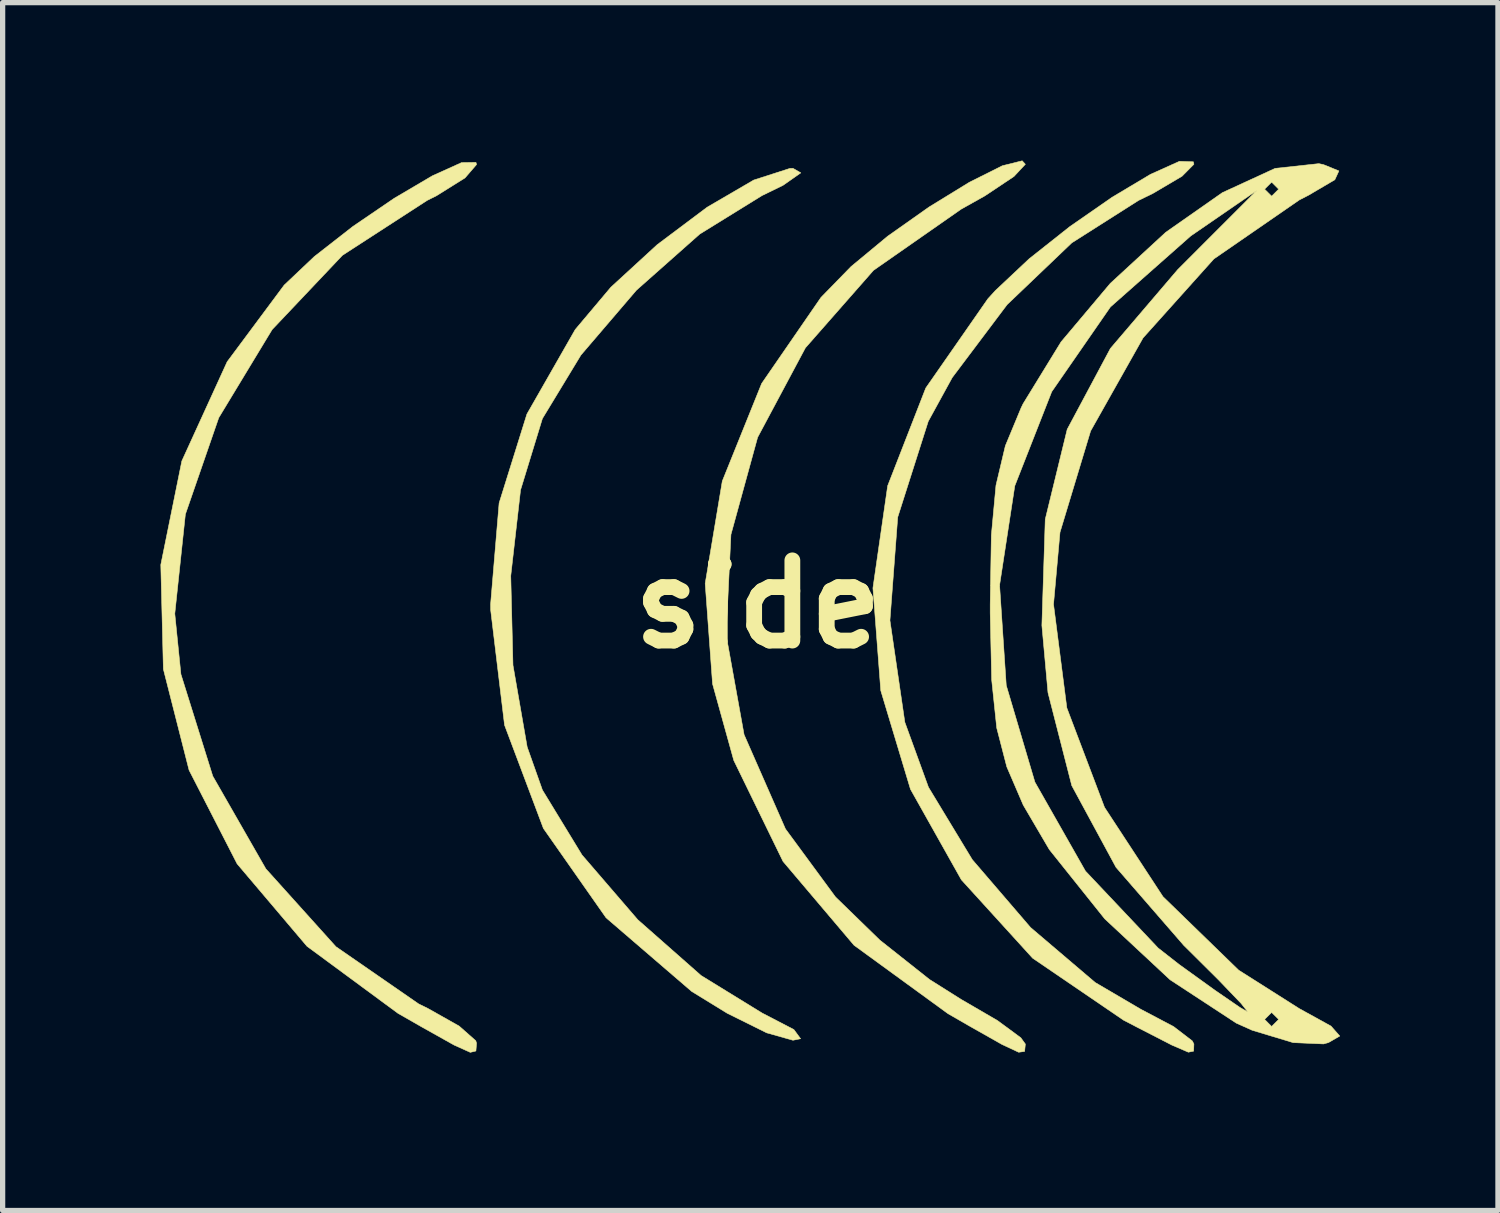
<source format=kicad_pcb>
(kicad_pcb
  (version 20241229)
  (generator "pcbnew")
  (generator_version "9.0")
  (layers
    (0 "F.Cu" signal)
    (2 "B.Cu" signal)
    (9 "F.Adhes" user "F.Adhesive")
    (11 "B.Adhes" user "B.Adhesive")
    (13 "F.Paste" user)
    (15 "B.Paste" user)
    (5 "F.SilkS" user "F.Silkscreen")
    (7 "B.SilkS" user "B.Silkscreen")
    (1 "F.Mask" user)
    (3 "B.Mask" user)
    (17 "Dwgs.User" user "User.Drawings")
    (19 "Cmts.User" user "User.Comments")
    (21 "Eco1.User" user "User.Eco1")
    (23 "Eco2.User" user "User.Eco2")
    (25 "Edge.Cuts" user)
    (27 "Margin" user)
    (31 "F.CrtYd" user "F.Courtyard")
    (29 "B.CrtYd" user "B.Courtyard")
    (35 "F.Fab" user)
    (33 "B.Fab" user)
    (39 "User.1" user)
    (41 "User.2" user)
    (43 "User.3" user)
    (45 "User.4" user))
  (footprint "side"
    (layer "F.Cu")
    (at 11.351 8.431)
    (property "Reference" "side" (at 0 0 0) (layer "F.SilkS") (effects (font (size 1.524 1.524) (thickness 0.3))))
    (attr through_hole)
    (fp_poly (pts (xy 0.814 -8.197) (xy 0.476 -7.96) (xy 0.078 -7.766) (xy -1.106 -7.034) (xy -2.309 -5.968) (xy -3.364 -4.735) (xy -4.096 -3.528) (xy -4.511 -2.172) (xy -4.697 -0.54) (xy -4.655 1.157) (xy -4.385 2.712) (xy -4.096 3.528) (xy -3.344 4.762) (xy -2.284 5.993) (xy -1.08 7.054) (xy 0.078 7.766) (xy 0.682 8.08) (xy 0.81 8.254) (xy 0.665 8.283) (xy 0.165 8.142) (xy -0.585 7.77) (xy -1.259 7.356) (xy -2.886 5.956) (xy -4.077 4.257) (xy -4.815 2.295) (xy -5.079 0.105) (xy -5.08 0) (xy -4.918 -1.924) (xy -4.39 -3.614) (xy -3.472 -5.22) (xy -2.795 -6.024) (xy -1.915 -6.832) (xy -0.966 -7.544) (xy -0.081 -8.06) (xy 0.605 -8.281) (xy 0.665 -8.283) (xy 0.814 -8.197)) (stroke (width 0.01) (type solid)) (fill yes) (layer "F.SilkS"))
    (fp_poly (pts (xy -5.347 -8.355) (xy -5.566 -8.101) (xy -6.108 -7.762) (xy -6.286 -7.673) (xy -7.894 -6.631) (xy -9.231 -5.219) (xy -10.245 -3.544) (xy -10.879 -1.71) (xy -11.08 0.179) (xy -10.964 1.329) (xy -10.359 3.264) (xy -9.35 5.026) (xy -8.019 6.505) (xy -6.446 7.593) (xy -6.271 7.679) (xy -5.677 8.014) (xy -5.362 8.292) (xy -5.347 8.338) (xy -5.359 8.487) (xy -5.466 8.513) (xy -5.774 8.374) (xy -6.388 8.03) (xy -6.839 7.772) (xy -8.569 6.497) (xy -9.896 4.931) (xy -10.809 3.151) (xy -11.297 1.232) (xy -11.346 -0.751) (xy -10.946 -2.723) (xy -10.085 -4.608) (xy -9.002 -6.064) (xy -8.43 -6.606) (xy -7.696 -7.179) (xy -6.911 -7.714) (xy -6.186 -8.141) (xy -5.631 -8.392) (xy -5.358 -8.396) (xy -5.347 -8.355)) (stroke (width 0.01) (type solid)) (fill yes) (layer "F.SilkS"))
    (fp_poly (pts (xy 5.08 -8.36) (xy 4.864 -8.129) (xy 4.311 -7.76) (xy 3.86 -7.507) (xy 2.195 -6.345) (xy 0.901 -4.872) (xy -0.007 -3.171) (xy -0.514 -1.325) (xy -0.605 0.586) (xy -0.264 2.477) (xy 0.522 4.268) (xy 1.473 5.561) (xy 2.316 6.381) (xy 3.26 7.129) (xy 3.86 7.507) (xy 4.551 7.909) (xy 4.993 8.235) (xy 5.08 8.355) (xy 5.066 8.495) (xy 4.953 8.511) (xy 4.635 8.362) (xy 4.006 8.006) (xy 3.609 7.777) (xy 1.825 6.478) (xy 0.476 4.885) (xy -0.46 2.965) (xy -0.863 1.512) (xy -1.003 -0.395) (xy -0.678 -2.34) (xy 0.07 -4.195) (xy 1.197 -5.83) (xy 1.768 -6.416) (xy 2.464 -6.993) (xy 3.252 -7.549) (xy 4.016 -8.018) (xy 4.643 -8.332) (xy 5.02 -8.426) (xy 5.08 -8.36)) (stroke (width 0.01) (type solid)) (fill yes) (layer "F.SilkS"))
    (fp_poly (pts (xy 8.272 -8.407) (xy 8.282 -8.36) (xy 8.057 -8.133) (xy 7.501 -7.805) (xy 7.23 -7.673) (xy 5.962 -6.867) (xy 4.733 -5.693) (xy 3.691 -4.308) (xy 3.235 -3.476) (xy 2.655 -1.656) (xy 2.507 0.306) (xy 2.79 2.241) (xy 3.239 3.476) (xy 4.072 4.852) (xy 5.179 6.141) (xy 6.407 7.186) (xy 7.271 7.693) (xy 7.898 8.024) (xy 8.252 8.296) (xy 8.282 8.355) (xy 8.277 8.49) (xy 8.177 8.51) (xy 7.864 8.375) (xy 7.226 8.047) (xy 6.945 7.901) (xy 5.218 6.723) (xy 3.864 5.234) (xy 2.897 3.513) (xy 2.333 1.639) (xy 2.184 -0.308) (xy 2.464 -2.251) (xy 3.188 -4.109) (xy 4.368 -5.804) (xy 4.512 -5.962) (xy 5.151 -6.563) (xy 5.925 -7.176) (xy 6.729 -7.734) (xy 7.458 -8.169) (xy 8.007 -8.416) (xy 8.272 -8.407)) (stroke (width 0.01) (type solid)) (fill yes) (layer "F.SilkS"))
    (fp_poly (pts (xy 10.745 -8.353) (xy 11.037 -8.234) (xy 10.96 -8.066) (xy 10.46 -7.772) (xy 10.285 -7.682) (xy 8.661 -6.561) (xy 7.316 -5.061) (xy 6.32 -3.293) (xy 5.738 -1.368) (xy 5.615 0) (xy 5.868 1.969) (xy 6.584 3.858) (xy 7.695 5.555) (xy 9.132 6.951) (xy 10.285 7.682) (xy 10.887 8.014) (xy 11.054 8.203) (xy 10.839 8.327) (xy 10.745 8.353) (xy 10.168 8.328) (xy 9.389 8.093) (xy 9.088 7.958) (xy 8.98 7.887) (xy 9.625 7.887) (xy 9.759 8.021) (xy 9.893 7.887) (xy 9.759 7.754) (xy 9.625 7.887) (xy 8.98 7.887) (xy 7.83 7.134) (xy 6.588 5.976) (xy 5.535 4.659) (xy 5.04 3.815) (xy 4.727 3.087) (xy 4.536 2.349) (xy 4.44 1.433) (xy 4.412 0.169) (xy 4.412 0) (xy 4.418 -0.363) (xy 4.59 -0.363) (xy 4.717 1.541) (xy 5.261 3.378) (xy 6.222 5.069) (xy 7.603 6.531) (xy 8.003 6.844) (xy 8.68 7.332) (xy 9.159 7.661) (xy 9.309 7.747) (xy 9.177 7.581) (xy 8.752 7.138) (xy 8.122 6.512) (xy 8.093 6.484) (xy 6.802 4.997) (xy 5.962 3.445) (xy 5.51 1.679) (xy 5.394 0.401) (xy 5.458 -1.615) (xy 5.875 -3.324) (xy 6.696 -4.861) (xy 7.974 -6.358) (xy 9.477 -7.862) (xy 8.222 -6.998) (xy 6.696 -5.649) (xy 5.581 -4.039) (xy 4.879 -2.25) (xy 4.59 -0.363) (xy 4.418 -0.363) (xy 4.434 -1.313) (xy 4.522 -2.261) (xy 4.7 -3.011) (xy 4.999 -3.731) (xy 5.037 -3.81) (xy 5.758 -4.985) (xy 6.694 -6.097) (xy 7.748 -7.068) (xy 8.823 -7.821) (xy 8.967 -7.887) (xy 9.625 -7.887) (xy 9.759 -7.754) (xy 9.893 -7.887) (xy 9.759 -8.021) (xy 9.625 -7.887) (xy 8.967 -7.887) (xy 9.825 -8.282) (xy 10.656 -8.372) (xy 10.745 -8.353)) (stroke (width 0.01) (type solid)) (fill yes) (layer "F.SilkS")))
  (gr_rect
    (start -3 -3)
    (end 25.41 19.948)
    (stroke (width 0.1) (type default))
    (fill no)
    (layer "Edge.Cuts")))
</source>
